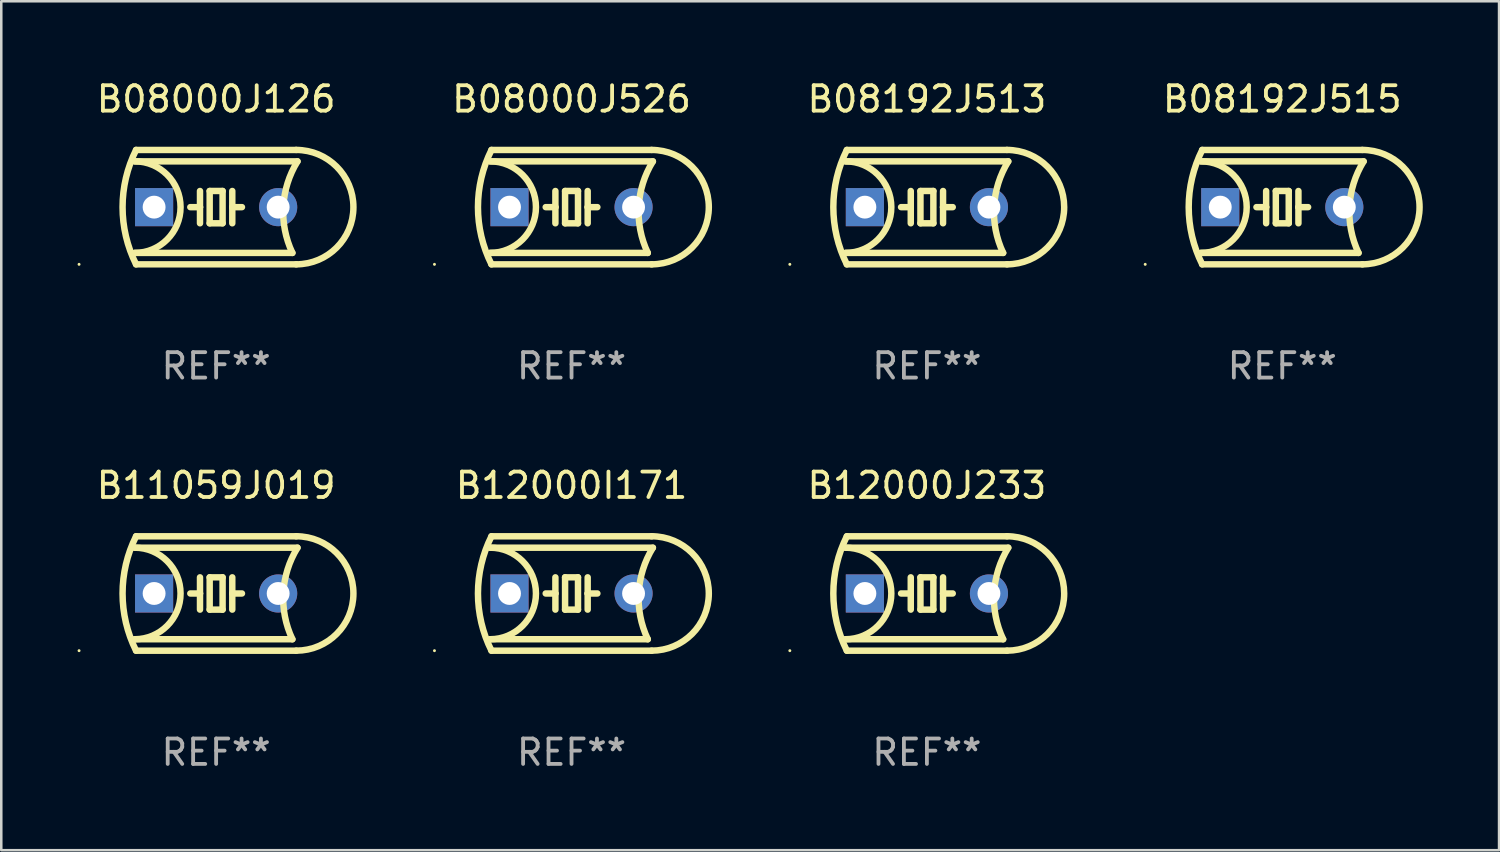
<source format=kicad_pcb>
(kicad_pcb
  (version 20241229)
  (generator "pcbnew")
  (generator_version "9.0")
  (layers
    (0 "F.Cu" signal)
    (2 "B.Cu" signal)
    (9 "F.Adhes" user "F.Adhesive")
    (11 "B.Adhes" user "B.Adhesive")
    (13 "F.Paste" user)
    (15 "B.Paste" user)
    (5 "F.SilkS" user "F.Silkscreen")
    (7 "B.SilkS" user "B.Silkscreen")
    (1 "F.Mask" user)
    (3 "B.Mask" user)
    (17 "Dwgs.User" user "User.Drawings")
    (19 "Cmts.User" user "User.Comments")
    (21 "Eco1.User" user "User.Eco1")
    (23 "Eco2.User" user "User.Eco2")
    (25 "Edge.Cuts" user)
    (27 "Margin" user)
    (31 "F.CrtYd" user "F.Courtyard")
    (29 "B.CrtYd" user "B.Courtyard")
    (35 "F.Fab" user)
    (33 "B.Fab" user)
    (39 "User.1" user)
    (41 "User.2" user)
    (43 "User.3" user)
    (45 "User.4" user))
  (footprint "B08192J515"
    (layer "F.Cu")
    (at 47.39 5.098)
    (property "Reference" "B08192J515" (at 0 -4.25 0) (layer "F.SilkS") (effects (font (size 1 1) (thickness 0.15))))
    (attr through_hole)
    (fp_line (start -3.2 -1.8) (end 3.2 -1.8) (stroke (width 0.254) (type solid)) (layer "F.SilkS"))
    (fp_line (start -3.15 2.25) (end 3.15 2.25) (stroke (width 0.254) (type solid)) (layer "F.SilkS"))
    (fp_line (start -0.635 -0.635) (end -0.635 0) (stroke (width 0.254) (type solid)) (layer "F.SilkS"))
    (fp_line (start -0.635 0) (end -1.016 0) (stroke (width 0.254) (type solid)) (layer "F.SilkS"))
    (fp_line (start -0.635 0) (end -0.635 0.635) (stroke (width 0.254) (type solid)) (layer "F.SilkS"))
    (fp_line (start -0.254 -0.635) (end -0.254 0.635) (stroke (width 0.254) (type solid)) (layer "F.SilkS"))
    (fp_line (start -0.254 0.635) (end 0.254 0.635) (stroke (width 0.254) (type solid)) (layer "F.SilkS"))
    (fp_line (start 0.254 -0.635) (end -0.254 -0.635) (stroke (width 0.254) (type solid)) (layer "F.SilkS"))
    (fp_line (start 0.254 0.635) (end 0.254 -0.635) (stroke (width 0.254) (type solid)) (layer "F.SilkS"))
    (fp_line (start 0.635 -0.635) (end 0.635 0) (stroke (width 0.254) (type solid)) (layer "F.SilkS"))
    (fp_line (start 0.635 0) (end 0.635 0.635) (stroke (width 0.254) (type solid)) (layer "F.SilkS"))
    (fp_line (start 0.635 0) (end 1.016 0) (stroke (width 0.254) (type solid)) (layer "F.SilkS"))
    (fp_line (start 3 1.8) (end -3.2 1.8) (stroke (width 0.254) (type solid)) (layer "F.SilkS"))
    (fp_line (start 3.15 -2.25) (end -3.15 -2.25) (stroke (width 0.254) (type solid)) (layer "F.SilkS"))
    (fp_arc (start -3.200406 -1.800864) (mid -1.399974 -0.000635) (end -3.2 1.8) (stroke (width 0.254001) (type solid)) (layer "F.SilkS"))
    (fp_arc (start -3.149606 2.250444) (mid -3.680941 0.000261) (end -3.149987 -2.250013) (stroke (width 0.254001) (type solid)) (layer "F.SilkS"))
    (fp_arc (start 2.999746 1.800863) (mid 2.642982 -0.024977) (end 3.2 -1.8) (stroke (width 0.254001) (type solid)) (layer "F.SilkS"))
    (fp_arc (start 3.149607 -2.250445) (mid 5.399848 -0.000406) (end 3.149987 2.250013) (stroke (width 0.254001) (type solid)) (layer "F.SilkS"))
    (fp_circle (center -5.392 2.25) (end -5.362 2.25) (stroke (width 0.06) (type solid)) (fill no) (layer "F.SilkS"))
    (fp_text user "REF**" (at 0 6.25 0) (layer "F.Fab") (effects (font (size 1 1) (thickness 0.15))))
    (pad "1" thru_hole rect (at -2.44 0) (size 1.5 1.5) (drill 0.9) (layers "*.Cu" "*.Mask"))
    (pad "2" thru_hole circle (at 2.44 0) (size 1.5 1.5) (drill 0.9) (layers "*.Cu" "*.Mask")))
  (footprint "B08000J526"
    (layer "F.Cu")
    (at 19.432 5.098)
    (property "Reference" "B08000J526" (at 0 -4.25 0) (layer "F.SilkS") (effects (font (size 1 1) (thickness 0.15))))
    (attr through_hole)
    (fp_line (start -3.2 -1.8) (end 3.2 -1.8) (stroke (width 0.254) (type solid)) (layer "F.SilkS"))
    (fp_line (start -3.15 2.25) (end 3.15 2.25) (stroke (width 0.254) (type solid)) (layer "F.SilkS"))
    (fp_line (start -0.635 -0.635) (end -0.635 0) (stroke (width 0.254) (type solid)) (layer "F.SilkS"))
    (fp_line (start -0.635 0) (end -1.016 0) (stroke (width 0.254) (type solid)) (layer "F.SilkS"))
    (fp_line (start -0.635 0) (end -0.635 0.635) (stroke (width 0.254) (type solid)) (layer "F.SilkS"))
    (fp_line (start -0.254 -0.635) (end -0.254 0.635) (stroke (width 0.254) (type solid)) (layer "F.SilkS"))
    (fp_line (start -0.254 0.635) (end 0.254 0.635) (stroke (width 0.254) (type solid)) (layer "F.SilkS"))
    (fp_line (start 0.254 -0.635) (end -0.254 -0.635) (stroke (width 0.254) (type solid)) (layer "F.SilkS"))
    (fp_line (start 0.254 0.635) (end 0.254 -0.635) (stroke (width 0.254) (type solid)) (layer "F.SilkS"))
    (fp_line (start 0.635 -0.635) (end 0.635 0) (stroke (width 0.254) (type solid)) (layer "F.SilkS"))
    (fp_line (start 0.635 0) (end 0.635 0.635) (stroke (width 0.254) (type solid)) (layer "F.SilkS"))
    (fp_line (start 0.635 0) (end 1.016 0) (stroke (width 0.254) (type solid)) (layer "F.SilkS"))
    (fp_line (start 3 1.8) (end -3.2 1.8) (stroke (width 0.254) (type solid)) (layer "F.SilkS"))
    (fp_line (start 3.15 -2.25) (end -3.15 -2.25) (stroke (width 0.254) (type solid)) (layer "F.SilkS"))
    (fp_arc (start -3.200406 -1.800864) (mid -1.399974 -0.000635) (end -3.2 1.8) (stroke (width 0.254001) (type solid)) (layer "F.SilkS"))
    (fp_arc (start -3.149606 2.250444) (mid -3.680941 0.000261) (end -3.149987 -2.250013) (stroke (width 0.254001) (type solid)) (layer "F.SilkS"))
    (fp_arc (start 2.999746 1.800863) (mid 2.642982 -0.024977) (end 3.2 -1.8) (stroke (width 0.254001) (type solid)) (layer "F.SilkS"))
    (fp_arc (start 3.149607 -2.250445) (mid 5.399848 -0.000406) (end 3.149987 2.250013) (stroke (width 0.254001) (type solid)) (layer "F.SilkS"))
    (fp_circle (center -5.392 2.25) (end -5.362 2.25) (stroke (width 0.06) (type solid)) (fill no) (layer "F.SilkS"))
    (fp_text user "REF**" (at 0 6.25 0) (layer "F.Fab") (effects (font (size 1 1) (thickness 0.15))))
    (pad "1" thru_hole rect (at -2.44 0) (size 1.5 1.5) (drill 0.9) (layers "*.Cu" "*.Mask"))
    (pad "2" thru_hole circle (at 2.44 0) (size 1.5 1.5) (drill 0.9) (layers "*.Cu" "*.Mask")))
  (footprint "B11059J019"
    (layer "F.Cu")
    (at 5.452 20.295)
    (property "Reference" "B11059J019" (at 0 -4.25 0) (layer "F.SilkS") (effects (font (size 1 1) (thickness 0.15))))
    (attr through_hole)
    (fp_line (start -3.2 -1.8) (end 3.2 -1.8) (stroke (width 0.254) (type solid)) (layer "F.SilkS"))
    (fp_line (start -3.15 2.25) (end 3.15 2.25) (stroke (width 0.254) (type solid)) (layer "F.SilkS"))
    (fp_line (start -0.635 -0.635) (end -0.635 0) (stroke (width 0.254) (type solid)) (layer "F.SilkS"))
    (fp_line (start -0.635 0) (end -1.016 0) (stroke (width 0.254) (type solid)) (layer "F.SilkS"))
    (fp_line (start -0.635 0) (end -0.635 0.635) (stroke (width 0.254) (type solid)) (layer "F.SilkS"))
    (fp_line (start -0.254 -0.635) (end -0.254 0.635) (stroke (width 0.254) (type solid)) (layer "F.SilkS"))
    (fp_line (start -0.254 0.635) (end 0.254 0.635) (stroke (width 0.254) (type solid)) (layer "F.SilkS"))
    (fp_line (start 0.254 -0.635) (end -0.254 -0.635) (stroke (width 0.254) (type solid)) (layer "F.SilkS"))
    (fp_line (start 0.254 0.635) (end 0.254 -0.635) (stroke (width 0.254) (type solid)) (layer "F.SilkS"))
    (fp_line (start 0.635 -0.635) (end 0.635 0) (stroke (width 0.254) (type solid)) (layer "F.SilkS"))
    (fp_line (start 0.635 0) (end 0.635 0.635) (stroke (width 0.254) (type solid)) (layer "F.SilkS"))
    (fp_line (start 0.635 0) (end 1.016 0) (stroke (width 0.254) (type solid)) (layer "F.SilkS"))
    (fp_line (start 3 1.8) (end -3.2 1.8) (stroke (width 0.254) (type solid)) (layer "F.SilkS"))
    (fp_line (start 3.15 -2.25) (end -3.15 -2.25) (stroke (width 0.254) (type solid)) (layer "F.SilkS"))
    (fp_arc (start -3.200406 -1.800864) (mid -1.399974 -0.000635) (end -3.2 1.8) (stroke (width 0.254001) (type solid)) (layer "F.SilkS"))
    (fp_arc (start -3.149606 2.250444) (mid -3.680941 0.000261) (end -3.149987 -2.250013) (stroke (width 0.254001) (type solid)) (layer "F.SilkS"))
    (fp_arc (start 2.999746 1.800863) (mid 2.642982 -0.024977) (end 3.2 -1.8) (stroke (width 0.254001) (type solid)) (layer "F.SilkS"))
    (fp_arc (start 3.149607 -2.250445) (mid 5.399848 -0.000406) (end 3.149987 2.250013) (stroke (width 0.254001) (type solid)) (layer "F.SilkS"))
    (fp_circle (center -5.392 2.25) (end -5.362 2.25) (stroke (width 0.06) (type solid)) (fill no) (layer "F.SilkS"))
    (fp_text user "REF**" (at 0 6.25 0) (layer "F.Fab") (effects (font (size 1 1) (thickness 0.15))))
    (pad "1" thru_hole rect (at -2.44 0) (size 1.5 1.5) (drill 0.9) (layers "*.Cu" "*.Mask"))
    (pad "2" thru_hole circle (at 2.44 0) (size 1.5 1.5) (drill 0.9) (layers "*.Cu" "*.Mask")))
  (footprint "B12000J233"
    (layer "F.Cu")
    (at 33.411 20.295)
    (property "Reference" "B12000J233" (at 0 -4.25 0) (layer "F.SilkS") (effects (font (size 1 1) (thickness 0.15))))
    (attr through_hole)
    (fp_line (start -3.2 -1.8) (end 3.2 -1.8) (stroke (width 0.254) (type solid)) (layer "F.SilkS"))
    (fp_line (start -3.15 2.25) (end 3.15 2.25) (stroke (width 0.254) (type solid)) (layer "F.SilkS"))
    (fp_line (start -0.635 -0.635) (end -0.635 0) (stroke (width 0.254) (type solid)) (layer "F.SilkS"))
    (fp_line (start -0.635 0) (end -1.016 0) (stroke (width 0.254) (type solid)) (layer "F.SilkS"))
    (fp_line (start -0.635 0) (end -0.635 0.635) (stroke (width 0.254) (type solid)) (layer "F.SilkS"))
    (fp_line (start -0.254 -0.635) (end -0.254 0.635) (stroke (width 0.254) (type solid)) (layer "F.SilkS"))
    (fp_line (start -0.254 0.635) (end 0.254 0.635) (stroke (width 0.254) (type solid)) (layer "F.SilkS"))
    (fp_line (start 0.254 -0.635) (end -0.254 -0.635) (stroke (width 0.254) (type solid)) (layer "F.SilkS"))
    (fp_line (start 0.254 0.635) (end 0.254 -0.635) (stroke (width 0.254) (type solid)) (layer "F.SilkS"))
    (fp_line (start 0.635 -0.635) (end 0.635 0) (stroke (width 0.254) (type solid)) (layer "F.SilkS"))
    (fp_line (start 0.635 0) (end 0.635 0.635) (stroke (width 0.254) (type solid)) (layer "F.SilkS"))
    (fp_line (start 0.635 0) (end 1.016 0) (stroke (width 0.254) (type solid)) (layer "F.SilkS"))
    (fp_line (start 3 1.8) (end -3.2 1.8) (stroke (width 0.254) (type solid)) (layer "F.SilkS"))
    (fp_line (start 3.15 -2.25) (end -3.15 -2.25) (stroke (width 0.254) (type solid)) (layer "F.SilkS"))
    (fp_arc (start -3.200406 -1.800864) (mid -1.399974 -0.000635) (end -3.2 1.8) (stroke (width 0.254001) (type solid)) (layer "F.SilkS"))
    (fp_arc (start -3.149606 2.250444) (mid -3.680941 0.000261) (end -3.149987 -2.250013) (stroke (width 0.254001) (type solid)) (layer "F.SilkS"))
    (fp_arc (start 2.999746 1.800863) (mid 2.642982 -0.024977) (end 3.2 -1.8) (stroke (width 0.254001) (type solid)) (layer "F.SilkS"))
    (fp_arc (start 3.149607 -2.250445) (mid 5.399848 -0.000406) (end 3.149987 2.250013) (stroke (width 0.254001) (type solid)) (layer "F.SilkS"))
    (fp_circle (center -5.392 2.25) (end -5.362 2.25) (stroke (width 0.06) (type solid)) (fill no) (layer "F.SilkS"))
    (fp_text user "REF**" (at 0 6.25 0) (layer "F.Fab") (effects (font (size 1 1) (thickness 0.15))))
    (pad "1" thru_hole rect (at -2.44 0) (size 1.5 1.5) (drill 0.9) (layers "*.Cu" "*.Mask"))
    (pad "2" thru_hole circle (at 2.44 0) (size 1.5 1.5) (drill 0.9) (layers "*.Cu" "*.Mask")))
  (footprint "B08192J513"
    (layer "F.Cu")
    (at 33.411 5.098)
    (property "Reference" "B08192J513" (at 0 -4.25 0) (layer "F.SilkS") (effects (font (size 1 1) (thickness 0.15))))
    (attr through_hole)
    (fp_line (start -3.2 -1.8) (end 3.2 -1.8) (stroke (width 0.254) (type solid)) (layer "F.SilkS"))
    (fp_line (start -3.15 2.25) (end 3.15 2.25) (stroke (width 0.254) (type solid)) (layer "F.SilkS"))
    (fp_line (start -0.635 -0.635) (end -0.635 0) (stroke (width 0.254) (type solid)) (layer "F.SilkS"))
    (fp_line (start -0.635 0) (end -1.016 0) (stroke (width 0.254) (type solid)) (layer "F.SilkS"))
    (fp_line (start -0.635 0) (end -0.635 0.635) (stroke (width 0.254) (type solid)) (layer "F.SilkS"))
    (fp_line (start -0.254 -0.635) (end -0.254 0.635) (stroke (width 0.254) (type solid)) (layer "F.SilkS"))
    (fp_line (start -0.254 0.635) (end 0.254 0.635) (stroke (width 0.254) (type solid)) (layer "F.SilkS"))
    (fp_line (start 0.254 -0.635) (end -0.254 -0.635) (stroke (width 0.254) (type solid)) (layer "F.SilkS"))
    (fp_line (start 0.254 0.635) (end 0.254 -0.635) (stroke (width 0.254) (type solid)) (layer "F.SilkS"))
    (fp_line (start 0.635 -0.635) (end 0.635 0) (stroke (width 0.254) (type solid)) (layer "F.SilkS"))
    (fp_line (start 0.635 0) (end 0.635 0.635) (stroke (width 0.254) (type solid)) (layer "F.SilkS"))
    (fp_line (start 0.635 0) (end 1.016 0) (stroke (width 0.254) (type solid)) (layer "F.SilkS"))
    (fp_line (start 3 1.8) (end -3.2 1.8) (stroke (width 0.254) (type solid)) (layer "F.SilkS"))
    (fp_line (start 3.15 -2.25) (end -3.15 -2.25) (stroke (width 0.254) (type solid)) (layer "F.SilkS"))
    (fp_arc (start -3.200406 -1.800864) (mid -1.399974 -0.000635) (end -3.2 1.8) (stroke (width 0.254001) (type solid)) (layer "F.SilkS"))
    (fp_arc (start -3.149606 2.250444) (mid -3.680941 0.000261) (end -3.149987 -2.250013) (stroke (width 0.254001) (type solid)) (layer "F.SilkS"))
    (fp_arc (start 2.999746 1.800863) (mid 2.642982 -0.024977) (end 3.2 -1.8) (stroke (width 0.254001) (type solid)) (layer "F.SilkS"))
    (fp_arc (start 3.149607 -2.250445) (mid 5.399848 -0.000406) (end 3.149987 2.250013) (stroke (width 0.254001) (type solid)) (layer "F.SilkS"))
    (fp_circle (center -5.392 2.25) (end -5.362 2.25) (stroke (width 0.06) (type solid)) (fill no) (layer "F.SilkS"))
    (fp_text user "REF**" (at 0 6.25 0) (layer "F.Fab") (effects (font (size 1 1) (thickness 0.15))))
    (pad "1" thru_hole rect (at -2.44 0) (size 1.5 1.5) (drill 0.9) (layers "*.Cu" "*.Mask"))
    (pad "2" thru_hole circle (at 2.44 0) (size 1.5 1.5) (drill 0.9) (layers "*.Cu" "*.Mask")))
  (footprint "B12000I171"
    (layer "F.Cu")
    (at 19.432 20.295)
    (property "Reference" "B12000I171" (at 0 -4.25 0) (layer "F.SilkS") (effects (font (size 1 1) (thickness 0.15))))
    (attr through_hole)
    (fp_line (start -3.2 -1.8) (end 3.2 -1.8) (stroke (width 0.254) (type solid)) (layer "F.SilkS"))
    (fp_line (start -3.15 2.25) (end 3.15 2.25) (stroke (width 0.254) (type solid)) (layer "F.SilkS"))
    (fp_line (start -0.635 -0.635) (end -0.635 0) (stroke (width 0.254) (type solid)) (layer "F.SilkS"))
    (fp_line (start -0.635 0) (end -1.016 0) (stroke (width 0.254) (type solid)) (layer "F.SilkS"))
    (fp_line (start -0.635 0) (end -0.635 0.635) (stroke (width 0.254) (type solid)) (layer "F.SilkS"))
    (fp_line (start -0.254 -0.635) (end -0.254 0.635) (stroke (width 0.254) (type solid)) (layer "F.SilkS"))
    (fp_line (start -0.254 0.635) (end 0.254 0.635) (stroke (width 0.254) (type solid)) (layer "F.SilkS"))
    (fp_line (start 0.254 -0.635) (end -0.254 -0.635) (stroke (width 0.254) (type solid)) (layer "F.SilkS"))
    (fp_line (start 0.254 0.635) (end 0.254 -0.635) (stroke (width 0.254) (type solid)) (layer "F.SilkS"))
    (fp_line (start 0.635 -0.635) (end 0.635 0) (stroke (width 0.254) (type solid)) (layer "F.SilkS"))
    (fp_line (start 0.635 0) (end 0.635 0.635) (stroke (width 0.254) (type solid)) (layer "F.SilkS"))
    (fp_line (start 0.635 0) (end 1.016 0) (stroke (width 0.254) (type solid)) (layer "F.SilkS"))
    (fp_line (start 3 1.8) (end -3.2 1.8) (stroke (width 0.254) (type solid)) (layer "F.SilkS"))
    (fp_line (start 3.15 -2.25) (end -3.15 -2.25) (stroke (width 0.254) (type solid)) (layer "F.SilkS"))
    (fp_arc (start -3.200406 -1.800864) (mid -1.399974 -0.000635) (end -3.2 1.8) (stroke (width 0.254001) (type solid)) (layer "F.SilkS"))
    (fp_arc (start -3.149606 2.250444) (mid -3.680941 0.000261) (end -3.149987 -2.250013) (stroke (width 0.254001) (type solid)) (layer "F.SilkS"))
    (fp_arc (start 2.999746 1.800863) (mid 2.642982 -0.024977) (end 3.2 -1.8) (stroke (width 0.254001) (type solid)) (layer "F.SilkS"))
    (fp_arc (start 3.149607 -2.250445) (mid 5.399848 -0.000406) (end 3.149987 2.250013) (stroke (width 0.254001) (type solid)) (layer "F.SilkS"))
    (fp_circle (center -5.392 2.25) (end -5.362 2.25) (stroke (width 0.06) (type solid)) (fill no) (layer "F.SilkS"))
    (fp_text user "REF**" (at 0 6.25 0) (layer "F.Fab") (effects (font (size 1 1) (thickness 0.15))))
    (pad "1" thru_hole rect (at -2.44 0) (size 1.5 1.5) (drill 0.9) (layers "*.Cu" "*.Mask"))
    (pad "2" thru_hole circle (at 2.44 0) (size 1.5 1.5) (drill 0.9) (layers "*.Cu" "*.Mask")))
  (footprint "B08000J126"
    (layer "F.Cu")
    (at 5.452 5.098)
    (property "Reference" "B08000J126" (at 0 -4.25 0) (layer "F.SilkS") (effects (font (size 1 1) (thickness 0.15))))
    (attr through_hole)
    (fp_line (start -3.2 -1.8) (end 3.2 -1.8) (stroke (width 0.254) (type solid)) (layer "F.SilkS"))
    (fp_line (start -3.15 2.25) (end 3.15 2.25) (stroke (width 0.254) (type solid)) (layer "F.SilkS"))
    (fp_line (start -0.635 -0.635) (end -0.635 0) (stroke (width 0.254) (type solid)) (layer "F.SilkS"))
    (fp_line (start -0.635 0) (end -1.016 0) (stroke (width 0.254) (type solid)) (layer "F.SilkS"))
    (fp_line (start -0.635 0) (end -0.635 0.635) (stroke (width 0.254) (type solid)) (layer "F.SilkS"))
    (fp_line (start -0.254 -0.635) (end -0.254 0.635) (stroke (width 0.254) (type solid)) (layer "F.SilkS"))
    (fp_line (start -0.254 0.635) (end 0.254 0.635) (stroke (width 0.254) (type solid)) (layer "F.SilkS"))
    (fp_line (start 0.254 -0.635) (end -0.254 -0.635) (stroke (width 0.254) (type solid)) (layer "F.SilkS"))
    (fp_line (start 0.254 0.635) (end 0.254 -0.635) (stroke (width 0.254) (type solid)) (layer "F.SilkS"))
    (fp_line (start 0.635 -0.635) (end 0.635 0) (stroke (width 0.254) (type solid)) (layer "F.SilkS"))
    (fp_line (start 0.635 0) (end 0.635 0.635) (stroke (width 0.254) (type solid)) (layer "F.SilkS"))
    (fp_line (start 0.635 0) (end 1.016 0) (stroke (width 0.254) (type solid)) (layer "F.SilkS"))
    (fp_line (start 3 1.8) (end -3.2 1.8) (stroke (width 0.254) (type solid)) (layer "F.SilkS"))
    (fp_line (start 3.15 -2.25) (end -3.15 -2.25) (stroke (width 0.254) (type solid)) (layer "F.SilkS"))
    (fp_arc (start -3.200406 -1.800864) (mid -1.399974 -0.000635) (end -3.2 1.8) (stroke (width 0.254001) (type solid)) (layer "F.SilkS"))
    (fp_arc (start -3.149606 2.250444) (mid -3.680941 0.000261) (end -3.149987 -2.250013) (stroke (width 0.254001) (type solid)) (layer "F.SilkS"))
    (fp_arc (start 2.999746 1.800863) (mid 2.642982 -0.024977) (end 3.2 -1.8) (stroke (width 0.254001) (type solid)) (layer "F.SilkS"))
    (fp_arc (start 3.149607 -2.250445) (mid 5.399848 -0.000406) (end 3.149987 2.250013) (stroke (width 0.254001) (type solid)) (layer "F.SilkS"))
    (fp_circle (center -5.392 2.25) (end -5.362 2.25) (stroke (width 0.06) (type solid)) (fill no) (layer "F.SilkS"))
    (fp_text user "REF**" (at 0 6.25 0) (layer "F.Fab") (effects (font (size 1 1) (thickness 0.15))))
    (pad "1" thru_hole rect (at -2.44 0) (size 1.5 1.5) (drill 0.9) (layers "*.Cu" "*.Mask"))
    (pad "2" thru_hole circle (at 2.44 0) (size 1.5 1.5) (drill 0.9) (layers "*.Cu" "*.Mask")))
  (gr_rect
    (start -3 -3)
    (end 55.917 30.393)
    (stroke (width 0.1) (type default))
    (fill no)
    (layer "Edge.Cuts")))
</source>
